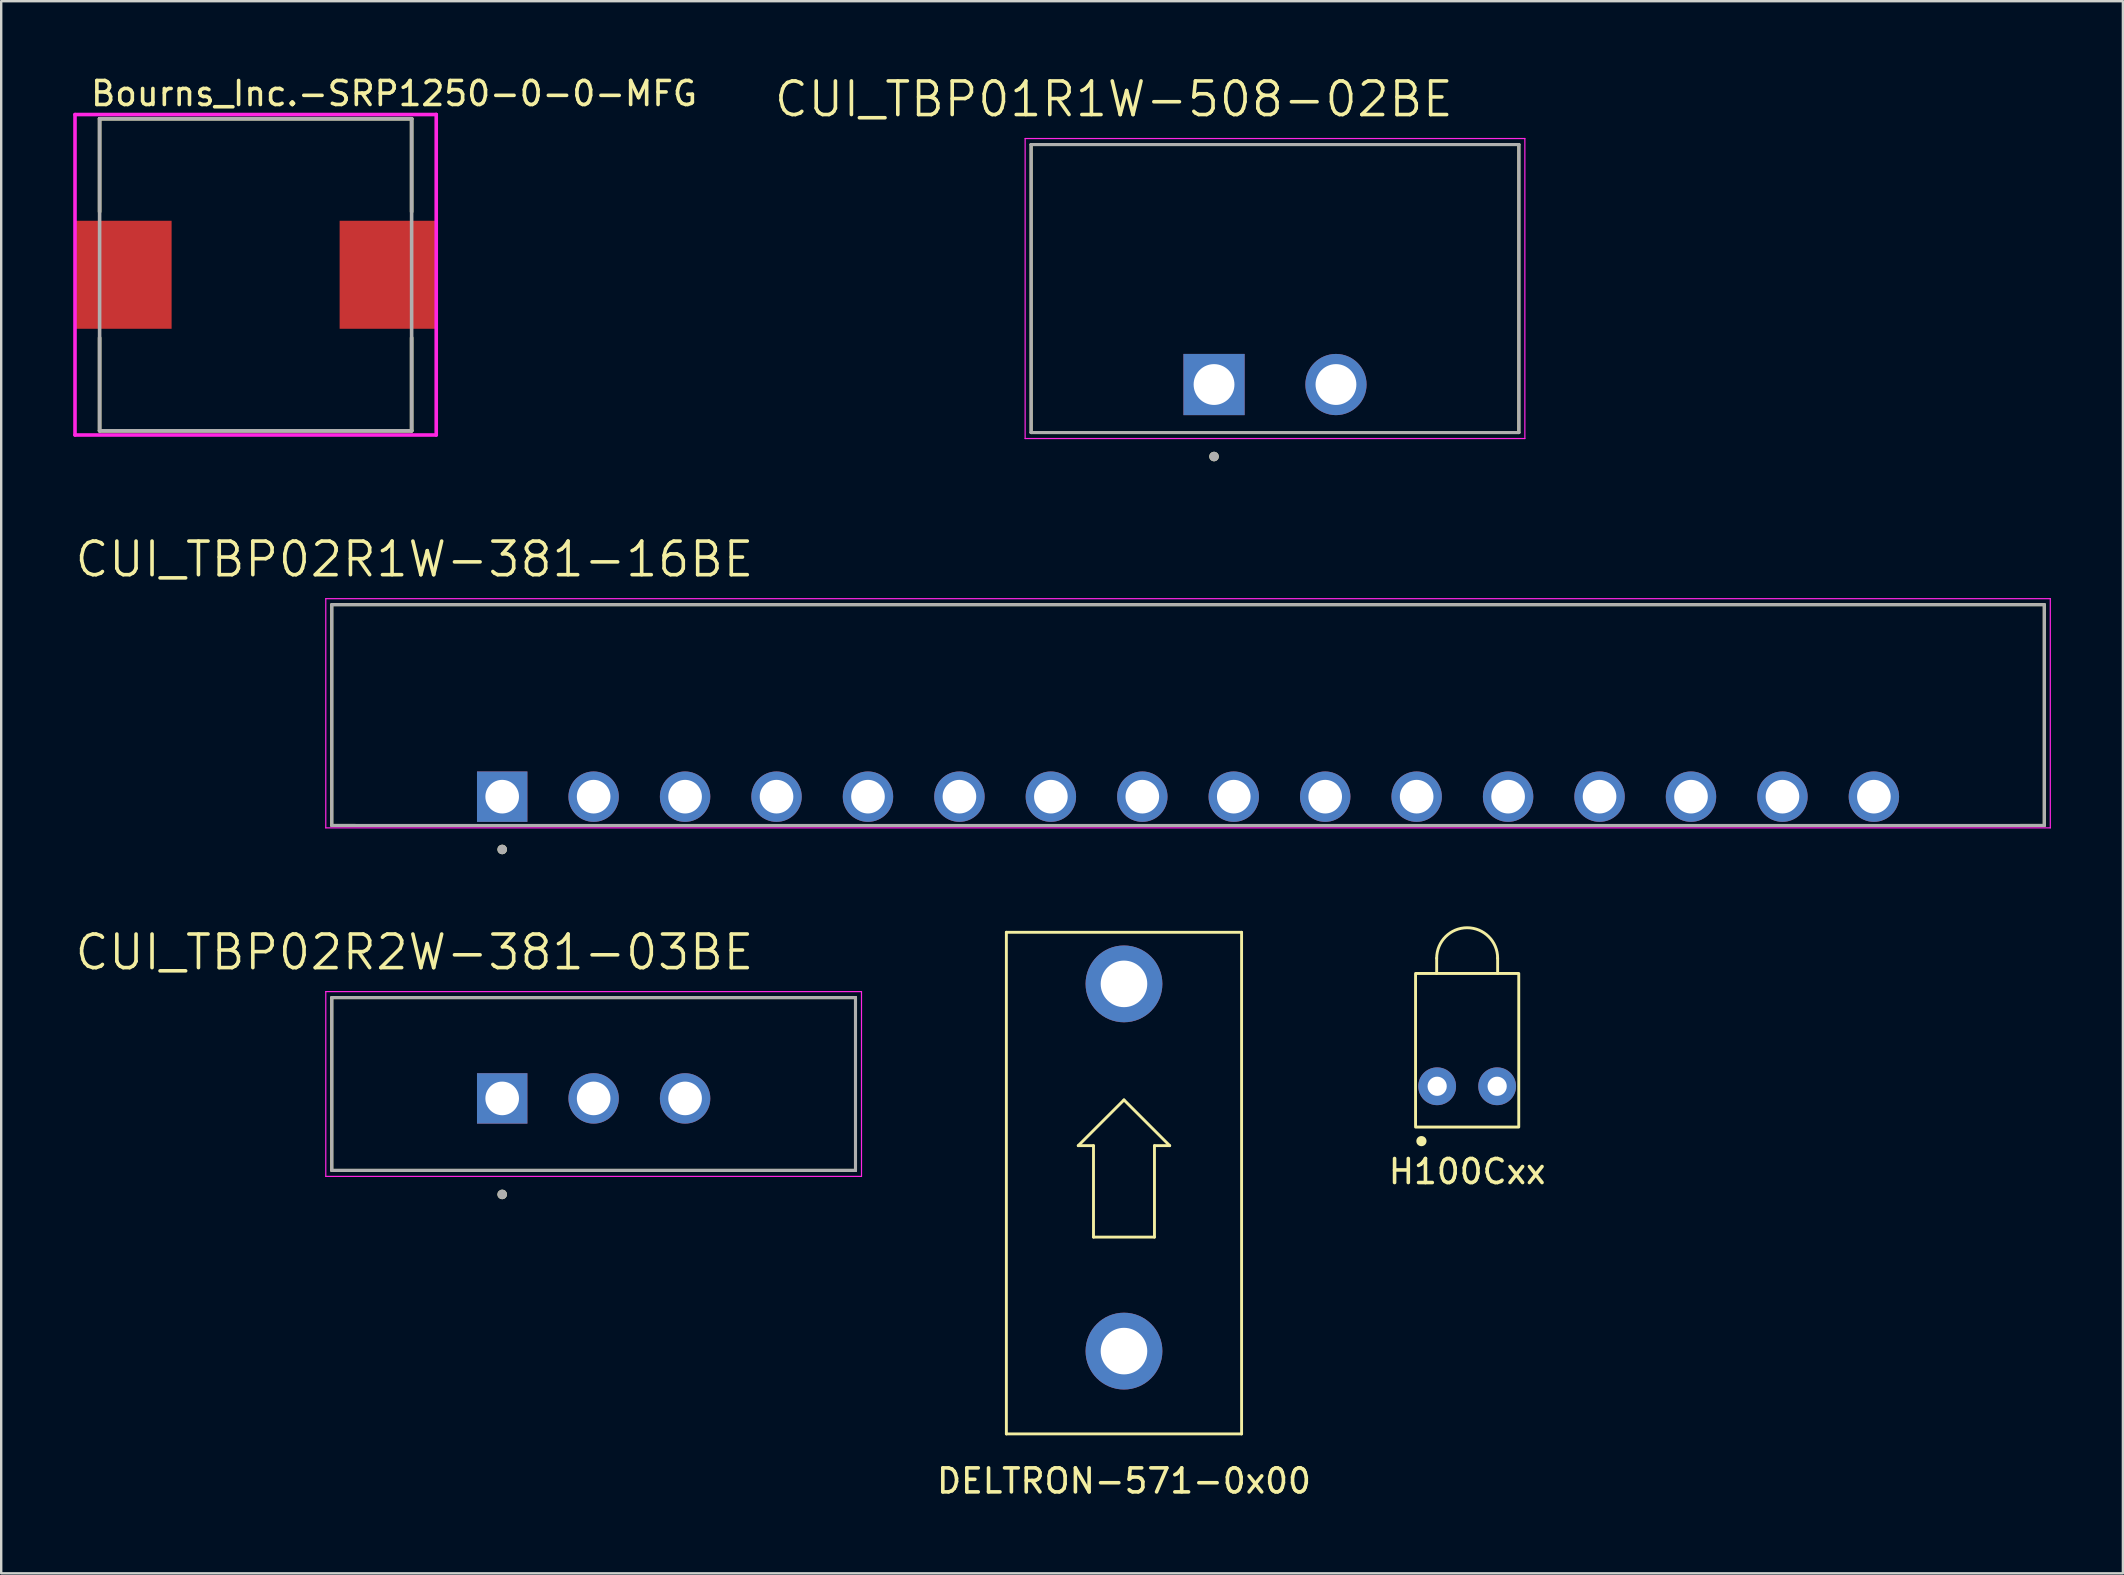
<source format=kicad_pcb>
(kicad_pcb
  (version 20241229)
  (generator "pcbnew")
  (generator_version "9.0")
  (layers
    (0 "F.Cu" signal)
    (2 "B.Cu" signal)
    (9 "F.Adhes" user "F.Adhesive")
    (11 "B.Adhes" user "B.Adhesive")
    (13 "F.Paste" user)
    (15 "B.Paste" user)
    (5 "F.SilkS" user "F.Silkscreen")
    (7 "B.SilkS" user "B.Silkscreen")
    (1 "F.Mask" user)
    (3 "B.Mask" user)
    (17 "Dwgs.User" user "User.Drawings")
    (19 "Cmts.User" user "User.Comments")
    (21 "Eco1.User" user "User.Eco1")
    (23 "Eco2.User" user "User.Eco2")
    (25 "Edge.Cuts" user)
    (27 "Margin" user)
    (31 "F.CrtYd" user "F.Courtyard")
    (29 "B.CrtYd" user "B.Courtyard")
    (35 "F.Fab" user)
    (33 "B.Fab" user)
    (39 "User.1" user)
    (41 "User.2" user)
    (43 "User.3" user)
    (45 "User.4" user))
  (footprint "H100Cxx"
    (layer "F.Cu")
    (at 58.077 37.508)
    (property "Reference" "H100Cxx" (at 0 8.255 0) (unlocked yes) (layer "F.SilkS") (effects (font (size 1 1) (thickness 0.15))))
    (attr through_hole)
    (fp_line (start -1.27 -0.635) (end -1.27 0) (stroke (width 0.12) (type solid)) (layer "F.SilkS"))
    (fp_line (start 1.27 -0.635) (end 1.27 0) (stroke (width 0.12) (type solid)) (layer "F.SilkS"))
    (fp_rect (start -2.15 0) (end 2.15 6.4) (stroke (width 0.12) (type solid)) (fill no) (layer "F.SilkS"))
    (fp_arc (start -1.27 -0.635) (mid 0 -1.905) (end 1.27 -0.635) (stroke (width 0.12) (type solid)) (layer "F.SilkS"))
    (fp_circle (center -1.905 6.985) (end -1.753 6.985) (stroke (width 0.12) (type solid)) (fill yes) (layer "F.SilkS"))
    (pad "1" thru_hole circle (at -1.25 4.7) (size 1.574 1.574) (drill 0.8) (layers "*.Cu" "*.Mask"))
    (pad "2" thru_hole circle (at 1.25 4.7) (size 1.574 1.574) (drill 0.8) (layers "*.Cu" "*.Mask")))
  (footprint "Bourns_Inc.-SRP1250-0-0-MFG"
    (layer "F.Cu")
    (at 7.6 8.398)
    (property "Reference" "Bourns_Inc.-SRP1250-0-0-MFG" (at -6.95 -7.55 0) (layer "F.SilkS") (effects (font (size 1 1) (thickness 0.15)) (justify left)))
    (attr smd)
    (fp_line (start -6.5 -6.5) (end 6.5 -6.5) (stroke (width 0.15) (type solid)) (layer "F.SilkS"))
    (fp_line (start -6.5 -2.625) (end -6.5 -6.5) (stroke (width 0.15) (type solid)) (layer "F.SilkS"))
    (fp_line (start -6.5 6.5) (end -6.5 2.625) (stroke (width 0.15) (type solid)) (layer "F.SilkS"))
    (fp_line (start -6.5 6.5) (end 6.5 6.5) (stroke (width 0.15) (type solid)) (layer "F.SilkS"))
    (fp_line (start 6.5 -2.625) (end 6.5 -6.5) (stroke (width 0.15) (type solid)) (layer "F.SilkS"))
    (fp_line (start 6.5 6.5) (end 6.5 2.625) (stroke (width 0.15) (type solid)) (layer "F.SilkS"))
    (fp_line (start -7.525 -6.675) (end -7.525 6.675) (stroke (width 0.15) (type solid)) (layer "F.CrtYd"))
    (fp_line (start -7.525 6.675) (end 7.525 6.675) (stroke (width 0.15) (type solid)) (layer "F.CrtYd"))
    (fp_line (start 7.525 -6.675) (end -7.525 -6.675) (stroke (width 0.15) (type solid)) (layer "F.CrtYd"))
    (fp_line (start 7.525 -6.675) (end 7.525 -6.675) (stroke (width 0.15) (type solid)) (layer "F.CrtYd"))
    (fp_line (start 7.525 6.675) (end 7.525 -6.675) (stroke (width 0.15) (type solid)) (layer "F.CrtYd"))
    (fp_line (start -6.5 -6.5) (end 6.5 -6.5) (stroke (width 0.15) (type solid)) (layer "F.Fab"))
    (fp_line (start -6.5 6.5) (end -6.5 -6.5) (stroke (width 0.15) (type solid)) (layer "F.Fab"))
    (fp_line (start 6.5 -6.5) (end 6.5 6.5) (stroke (width 0.15) (type solid)) (layer "F.Fab"))
    (fp_line (start 6.5 6.5) (end -6.5 6.5) (stroke (width 0.15) (type solid)) (layer "F.Fab"))
    (pad "1" smd rect (at -5.5 0) (size 4 4.5) (layers "F.Cu" "F.Mask" "F.Paste"))
    (pad "2" smd rect (at 5.5 0) (size 4 4.5) (layers "F.Cu" "F.Mask" "F.Paste")))
  (footprint "CUI_TBP02R2W-381-03BE"
    (layer "F.Cu")
    (at 17.873 42.714)
    (property "Reference" "CUI_TBP02R2W-381-03BE" (at -3.655 -6.089 0) (layer "F.SilkS") (effects (font (size 1.4 1.4) (thickness 0.15))))
    (attr through_hole)
    (fp_line (start -7.1 -4.2) (end 14.72 -4.2) (stroke (width 0.127) (type solid)) (layer "F.SilkS"))
    (fp_line (start -7.1 3) (end -7.1 -4.2) (stroke (width 0.127) (type solid)) (layer "F.SilkS"))
    (fp_line (start 14.72 -4.2) (end 14.72 3) (stroke (width 0.127) (type solid)) (layer "F.SilkS"))
    (fp_line (start 14.72 3) (end -7.1 3) (stroke (width 0.127) (type solid)) (layer "F.SilkS"))
    (fp_circle (center 0 4) (end 0.1 4) (stroke (width 0.2) (type solid)) (fill no) (layer "F.SilkS"))
    (fp_line (start -7.35 -4.45) (end 14.97 -4.45) (stroke (width 0.05) (type solid)) (layer "F.CrtYd"))
    (fp_line (start -7.35 3.25) (end -7.35 -4.45) (stroke (width 0.05) (type solid)) (layer "F.CrtYd"))
    (fp_line (start 14.97 -4.45) (end 14.97 3.25) (stroke (width 0.05) (type solid)) (layer "F.CrtYd"))
    (fp_line (start 14.97 3.25) (end -7.35 3.25) (stroke (width 0.05) (type solid)) (layer "F.CrtYd"))
    (fp_line (start -7.1 -4.2) (end 14.72 -4.2) (stroke (width 0.127) (type solid)) (layer "F.Fab"))
    (fp_line (start -7.1 3) (end -7.1 -4.2) (stroke (width 0.127) (type solid)) (layer "F.Fab"))
    (fp_line (start 14.72 -4.2) (end 14.72 3) (stroke (width 0.127) (type solid)) (layer "F.Fab"))
    (fp_line (start 14.72 3) (end -7.1 3) (stroke (width 0.127) (type solid)) (layer "F.Fab"))
    (fp_circle (center 0 4) (end 0.1 4) (stroke (width 0.2) (type solid)) (fill no) (layer "F.Fab"))
    (pad "1" thru_hole rect (at 0 0) (size 2.1 2.1) (drill 1.4) (layers "*.Cu" "*.Mask"))
    (pad "2" thru_hole circle (at 3.81 0) (size 2.1 2.1) (drill 1.4) (layers "*.Cu" "*.Mask"))
    (pad "3" thru_hole circle (at 7.62 0) (size 2.1 2.1) (drill 1.4) (layers "*.Cu" "*.Mask")))
  (footprint "DELTRON-571-0x00"
    (layer "F.Cu")
    (at 43.779 35.792)
    (property "Reference" "DELTRON-571-0x00" (at 0 22.86 180) (layer "F.SilkS") (effects (font (size 1 1) (thickness 0.15))))
    (attr through_hole)
    (fp_line (start -4.9 0) (end 4.9 0) (stroke (width 0.12) (type solid)) (layer "F.SilkS"))
    (fp_line (start -4.9 20.9) (end -4.9 0) (stroke (width 0.12) (type solid)) (layer "F.SilkS"))
    (fp_line (start -1.905 8.89) (end -1.27 8.89) (stroke (width 0.12) (type solid)) (layer "F.SilkS"))
    (fp_line (start -1.27 8.89) (end -1.27 12.7) (stroke (width 0.12) (type solid)) (layer "F.SilkS"))
    (fp_line (start -1.27 12.7) (end 1.27 12.7) (stroke (width 0.12) (type solid)) (layer "F.SilkS"))
    (fp_line (start 0 6.985) (end -1.905 8.89) (stroke (width 0.12) (type solid)) (layer "F.SilkS"))
    (fp_line (start 1.27 8.89) (end 1.905 8.89) (stroke (width 0.12) (type solid)) (layer "F.SilkS"))
    (fp_line (start 1.27 12.7) (end 1.27 8.89) (stroke (width 0.12) (type solid)) (layer "F.SilkS"))
    (fp_line (start 1.905 8.89) (end 0 6.985) (stroke (width 0.12) (type solid)) (layer "F.SilkS"))
    (fp_line (start 4.9 0) (end 4.9 20.9) (stroke (width 0.12) (type solid)) (layer "F.SilkS"))
    (fp_line (start 4.9 20.9) (end -4.9 20.9) (stroke (width 0.12) (type solid)) (layer "F.SilkS"))
    (pad "1" thru_hole circle (at 0 2.15) (size 3.2 3.2) (drill 1.94) (layers "*.Cu" "*.Mask"))
    (pad "1" thru_hole circle (at 0 17.45) (size 3.2 3.2) (drill 1.94) (layers "*.Cu" "*.Mask")))
  (footprint "CUI_TBP01R1W-508-02BE"
    (layer "F.Cu")
    (at 47.531 12.971)
    (property "Reference" "CUI_TBP01R1W-508-02BE" (at -4.175 -11.889 0) (layer "F.SilkS") (effects (font (size 1.4 1.4) (thickness 0.15))))
    (attr through_hole)
    (fp_line (start -7.62 -10) (end 12.7 -10) (stroke (width 0.127) (type solid)) (layer "F.SilkS"))
    (fp_line (start -7.62 2) (end -7.62 -10) (stroke (width 0.127) (type solid)) (layer "F.SilkS"))
    (fp_line (start 12.7 -10) (end 12.7 2) (stroke (width 0.127) (type solid)) (layer "F.SilkS"))
    (fp_line (start 12.7 2) (end -7.62 2) (stroke (width 0.127) (type solid)) (layer "F.SilkS"))
    (fp_circle (center 0 3) (end 0.1 3) (stroke (width 0.2) (type solid)) (fill no) (layer "F.SilkS"))
    (fp_line (start -7.87 -10.25) (end 12.95 -10.25) (stroke (width 0.05) (type solid)) (layer "F.CrtYd"))
    (fp_line (start -7.87 2.25) (end -7.87 -10.25) (stroke (width 0.05) (type solid)) (layer "F.CrtYd"))
    (fp_line (start 12.95 -10.25) (end 12.95 2.25) (stroke (width 0.05) (type solid)) (layer "F.CrtYd"))
    (fp_line (start 12.95 2.25) (end -7.87 2.25) (stroke (width 0.05) (type solid)) (layer "F.CrtYd"))
    (fp_line (start -7.62 -10) (end 12.7 -10) (stroke (width 0.127) (type solid)) (layer "F.Fab"))
    (fp_line (start -7.62 2) (end -7.62 -10) (stroke (width 0.127) (type solid)) (layer "F.Fab"))
    (fp_line (start 12.7 -10) (end 12.7 2) (stroke (width 0.127) (type solid)) (layer "F.Fab"))
    (fp_line (start 12.7 2) (end -7.62 2) (stroke (width 0.127) (type solid)) (layer "F.Fab"))
    (fp_circle (center 0 3) (end 0.1 3) (stroke (width 0.2) (type solid)) (fill no) (layer "F.Fab"))
    (pad "1" thru_hole rect (at 0 0) (size 2.55 2.55) (drill 1.7) (layers "*.Cu" "*.Mask"))
    (pad "2" thru_hole circle (at 5.08 0) (size 2.55 2.55) (drill 1.7) (layers "*.Cu" "*.Mask")))
  (footprint "CUI_TBP02R1W-381-16BE"
    (layer "F.Cu")
    (at 17.873 30.142)
    (property "Reference" "CUI_TBP02R1W-381-16BE" (at -3.655 -9.889 0) (layer "F.SilkS") (effects (font (size 1.4 1.4) (thickness 0.15))))
    (attr through_hole)
    (fp_line (start -7.1 -8) (end 64.25 -8) (stroke (width 0.127) (type solid)) (layer "F.SilkS"))
    (fp_line (start -7.1 1.2) (end -7.1 -8) (stroke (width 0.127) (type solid)) (layer "F.SilkS"))
    (fp_line (start -7.1 1.2) (end -6.1 1.2) (stroke (width 0.127) (type solid)) (layer "F.SilkS"))
    (fp_line (start 64.25 -8) (end 64.25 1.2) (stroke (width 0.127) (type solid)) (layer "F.SilkS"))
    (fp_line (start 64.25 1.2) (end 63.25 1.2) (stroke (width 0.127) (type solid)) (layer "F.SilkS"))
    (fp_circle (center 0 2.2) (end 0.1 2.2) (stroke (width 0.2) (type solid)) (fill no) (layer "F.SilkS"))
    (fp_line (start -7.35 -8.25) (end 64.5 -8.25) (stroke (width 0.05) (type solid)) (layer "F.CrtYd"))
    (fp_line (start -7.35 1.3) (end -7.35 -8.25) (stroke (width 0.05) (type solid)) (layer "F.CrtYd"))
    (fp_line (start 64.5 -8.25) (end 64.5 1.3) (stroke (width 0.05) (type solid)) (layer "F.CrtYd"))
    (fp_line (start 64.5 1.3) (end -7.35 1.3) (stroke (width 0.05) (type solid)) (layer "F.CrtYd"))
    (fp_line (start -7.1 -8) (end 64.25 -8) (stroke (width 0.127) (type solid)) (layer "F.Fab"))
    (fp_line (start -7.1 1.2) (end -7.1 -8) (stroke (width 0.127) (type solid)) (layer "F.Fab"))
    (fp_line (start 64.25 -8) (end 64.25 1.2) (stroke (width 0.127) (type solid)) (layer "F.Fab"))
    (fp_line (start 64.25 1.2) (end -7.1 1.2) (stroke (width 0.127) (type solid)) (layer "F.Fab"))
    (fp_circle (center 0 2.2) (end 0.1 2.2) (stroke (width 0.2) (type solid)) (fill no) (layer "F.Fab"))
    (pad "1" thru_hole rect (at 0 0) (size 2.1 2.1) (drill 1.4) (layers "*.Cu" "*.Mask"))
    (pad "2" thru_hole circle (at 3.81 0) (size 2.1 2.1) (drill 1.4) (layers "*.Cu" "*.Mask"))
    (pad "3" thru_hole circle (at 7.62 0) (size 2.1 2.1) (drill 1.4) (layers "*.Cu" "*.Mask"))
    (pad "4" thru_hole circle (at 11.43 0) (size 2.1 2.1) (drill 1.4) (layers "*.Cu" "*.Mask"))
    (pad "5" thru_hole circle (at 15.24 0) (size 2.1 2.1) (drill 1.4) (layers "*.Cu" "*.Mask"))
    (pad "6" thru_hole circle (at 19.05 0) (size 2.1 2.1) (drill 1.4) (layers "*.Cu" "*.Mask"))
    (pad "7" thru_hole circle (at 22.86 0) (size 2.1 2.1) (drill 1.4) (layers "*.Cu" "*.Mask"))
    (pad "8" thru_hole circle (at 26.67 0) (size 2.1 2.1) (drill 1.4) (layers "*.Cu" "*.Mask"))
    (pad "9" thru_hole circle (at 30.48 0) (size 2.1 2.1) (drill 1.4) (layers "*.Cu" "*.Mask"))
    (pad "10" thru_hole circle (at 34.29 0) (size 2.1 2.1) (drill 1.4) (layers "*.Cu" "*.Mask"))
    (pad "11" thru_hole circle (at 38.1 0) (size 2.1 2.1) (drill 1.4) (layers "*.Cu" "*.Mask"))
    (pad "12" thru_hole circle (at 41.91 0) (size 2.1 2.1) (drill 1.4) (layers "*.Cu" "*.Mask"))
    (pad "13" thru_hole circle (at 45.72 0) (size 2.1 2.1) (drill 1.4) (layers "*.Cu" "*.Mask"))
    (pad "14" thru_hole circle (at 49.53 0) (size 2.1 2.1) (drill 1.4) (layers "*.Cu" "*.Mask"))
    (pad "15" thru_hole circle (at 53.34 0) (size 2.1 2.1) (drill 1.4) (layers "*.Cu" "*.Mask"))
    (pad "16" thru_hole circle (at 57.15 0) (size 2.1 2.1) (drill 1.4) (layers "*.Cu" "*.Mask")))
  (gr_rect
    (start -3 -3)
    (end 85.398 62.501)
    (stroke (width 0.1) (type default))
    (fill no)
    (layer "Edge.Cuts")))
</source>
